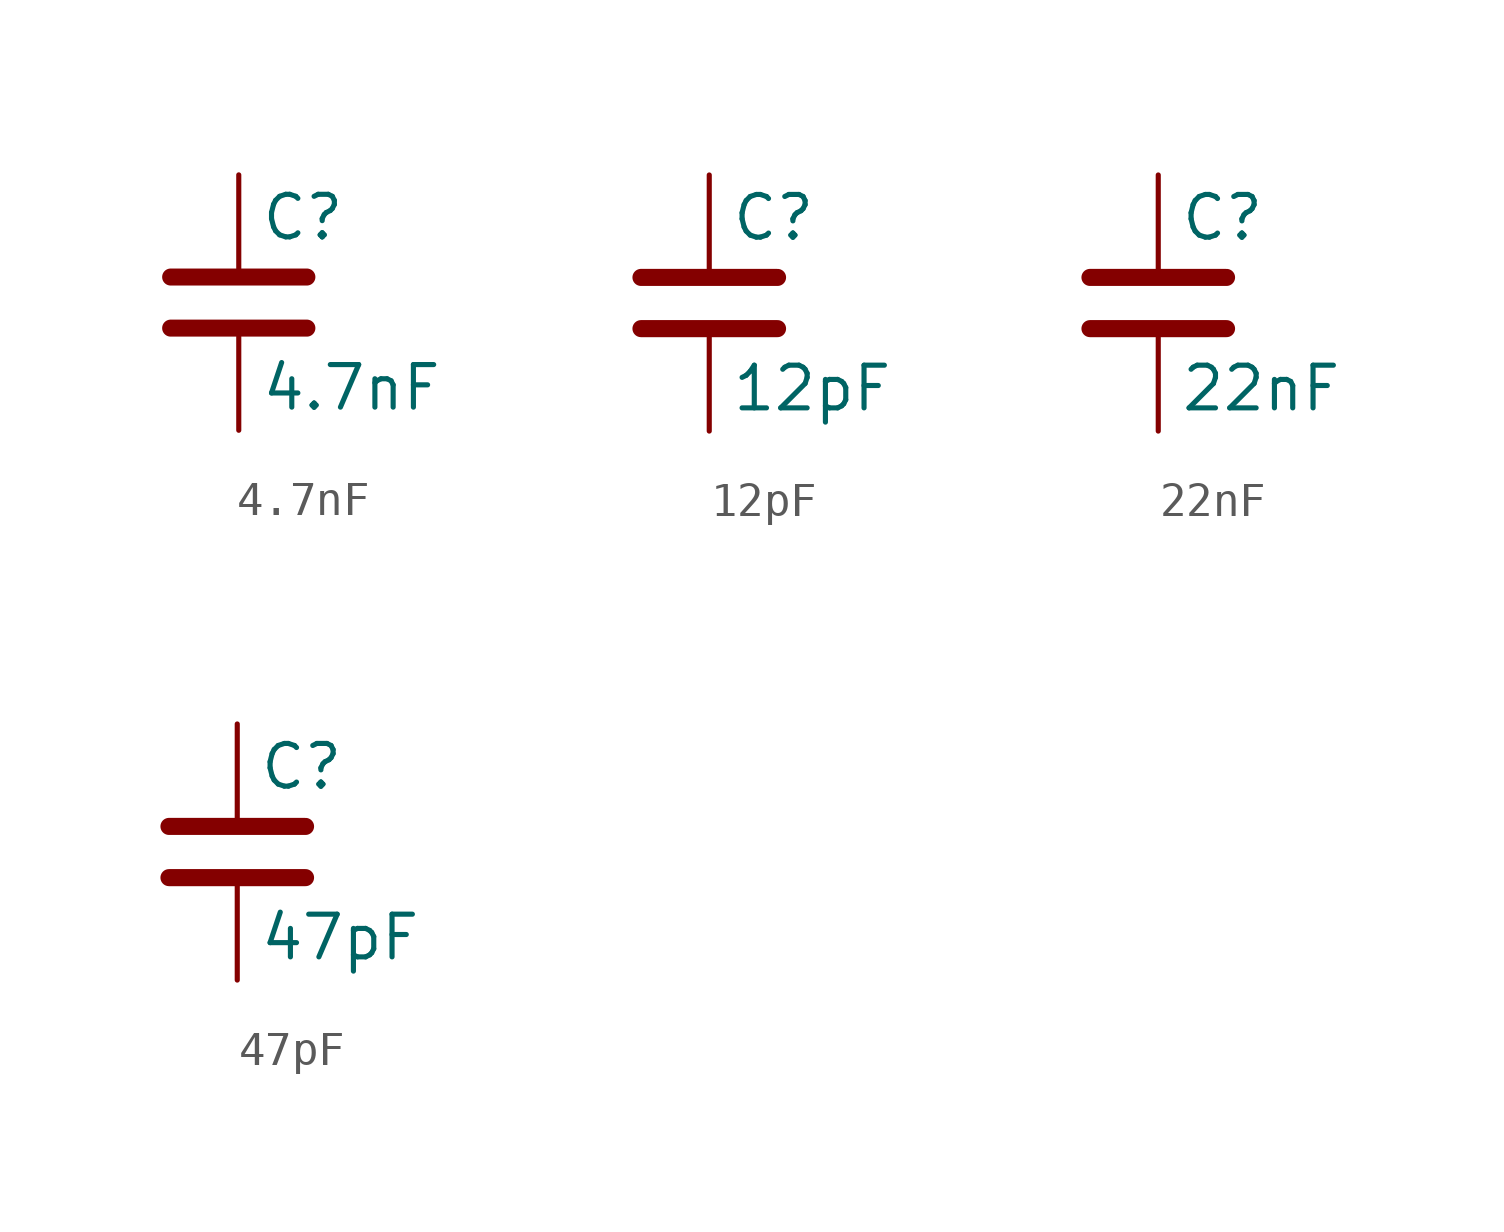
<source format=kicad_sym>
(kicad_symbol_lib
  (version 20220914)
  (generator kicad_symbol_editor)
  (symbol "4.7nF"
    (pin_numbers hide)
    (pin_names
      (offset 0.254))
    (property "Reference" "C"
      (at 0.635 2.54 0)
      (effects (font (size 1.27 1.27)) (justify left)))
    (property "Value" "4.7nF"
      (at 0.635 -2.54 0)
      (effects (font (size 1.27 1.27)) (justify left)))
    (symbol "4.7nF_0_1"
      (polyline (pts (xy -2.032 -0.762) (xy 2.032 -0.762)) (stroke (width 0.508) (type solid)) (fill (type none)))
      (polyline (pts (xy -2.032 0.762) (xy 2.032 0.762)) (stroke (width 0.508) (type solid)) (fill (type none))))
    (symbol "4.7nF_1_1"
      (pin passive line (at 0 3.81 270) (length 2.794) (name "~" (effects (font (size 1.27 1.27)))) (number "1" (effects (font (size 1.27 1.27)))))
      (pin passive line (at 0 -3.81 90) (length 2.794) (name "~" (effects (font (size 1.27 1.27)))) (number "2" (effects (font (size 1.27 1.27)))))))
  (symbol "12pF"
    (pin_numbers hide)
    (pin_names
      (offset 0.254))
    (property "Reference" "C"
      (at 0.635 2.54 0)
      (effects (font (size 1.27 1.27)) (justify left)))
    (property "Value" "12pF"
      (at 0.635 -2.54 0)
      (effects (font (size 1.27 1.27)) (justify left)))
    (symbol "12pF_0_1"
      (polyline (pts (xy -2.032 -0.762) (xy 2.032 -0.762)) (stroke (width 0.508) (type solid)) (fill (type none)))
      (polyline (pts (xy -2.032 0.762) (xy 2.032 0.762)) (stroke (width 0.508) (type solid)) (fill (type none))))
    (symbol "12pF_1_1"
      (pin passive line (at 0 3.81 270) (length 2.794) (name "~" (effects (font (size 1.27 1.27)))) (number "1" (effects (font (size 1.27 1.27)))))
      (pin passive line (at 0 -3.81 90) (length 2.794) (name "~" (effects (font (size 1.27 1.27)))) (number "2" (effects (font (size 1.27 1.27)))))))
  (symbol "22nF"
    (pin_numbers hide)
    (pin_names
      (offset 0.254))
    (property "Reference" "C"
      (at 0.635 2.54 0)
      (effects (font (size 1.27 1.27)) (justify left)))
    (property "Value" "22nF"
      (at 0.635 -2.54 0)
      (effects (font (size 1.27 1.27)) (justify left)))
    (symbol "22nF_0_1"
      (polyline (pts (xy -2.032 -0.762) (xy 2.032 -0.762)) (stroke (width 0.508) (type solid)) (fill (type none)))
      (polyline (pts (xy -2.032 0.762) (xy 2.032 0.762)) (stroke (width 0.508) (type solid)) (fill (type none))))
    (symbol "22nF_1_1"
      (pin passive line (at 0 3.81 270) (length 2.794) (name "~" (effects (font (size 1.27 1.27)))) (number "1" (effects (font (size 1.27 1.27)))))
      (pin passive line (at 0 -3.81 90) (length 2.794) (name "~" (effects (font (size 1.27 1.27)))) (number "2" (effects (font (size 1.27 1.27)))))))
  (symbol "47pF"
    (pin_numbers hide)
    (pin_names
      (offset 0.254))
    (property "Reference" "C"
      (at 0.635 2.54 0)
      (effects (font (size 1.27 1.27)) (justify left)))
    (property "Value" "47pF"
      (at 0.635 -2.54 0)
      (effects (font (size 1.27 1.27)) (justify left)))
    (symbol "47pF_0_1"
      (polyline (pts (xy -2.032 -0.762) (xy 2.032 -0.762)) (stroke (width 0.508) (type solid)) (fill (type none)))
      (polyline (pts (xy -2.032 0.762) (xy 2.032 0.762)) (stroke (width 0.508) (type solid)) (fill (type none))))
    (symbol "47pF_1_1"
      (pin passive line (at 0 3.81 270) (length 2.794) (name "~" (effects (font (size 1.27 1.27)))) (number "1" (effects (font (size 1.27 1.27)))))
      (pin passive line (at 0 -3.81 90) (length 2.794) (name "~" (effects (font (size 1.27 1.27)))) (number "2" (effects (font (size 1.27 1.27))))))))
</source>
